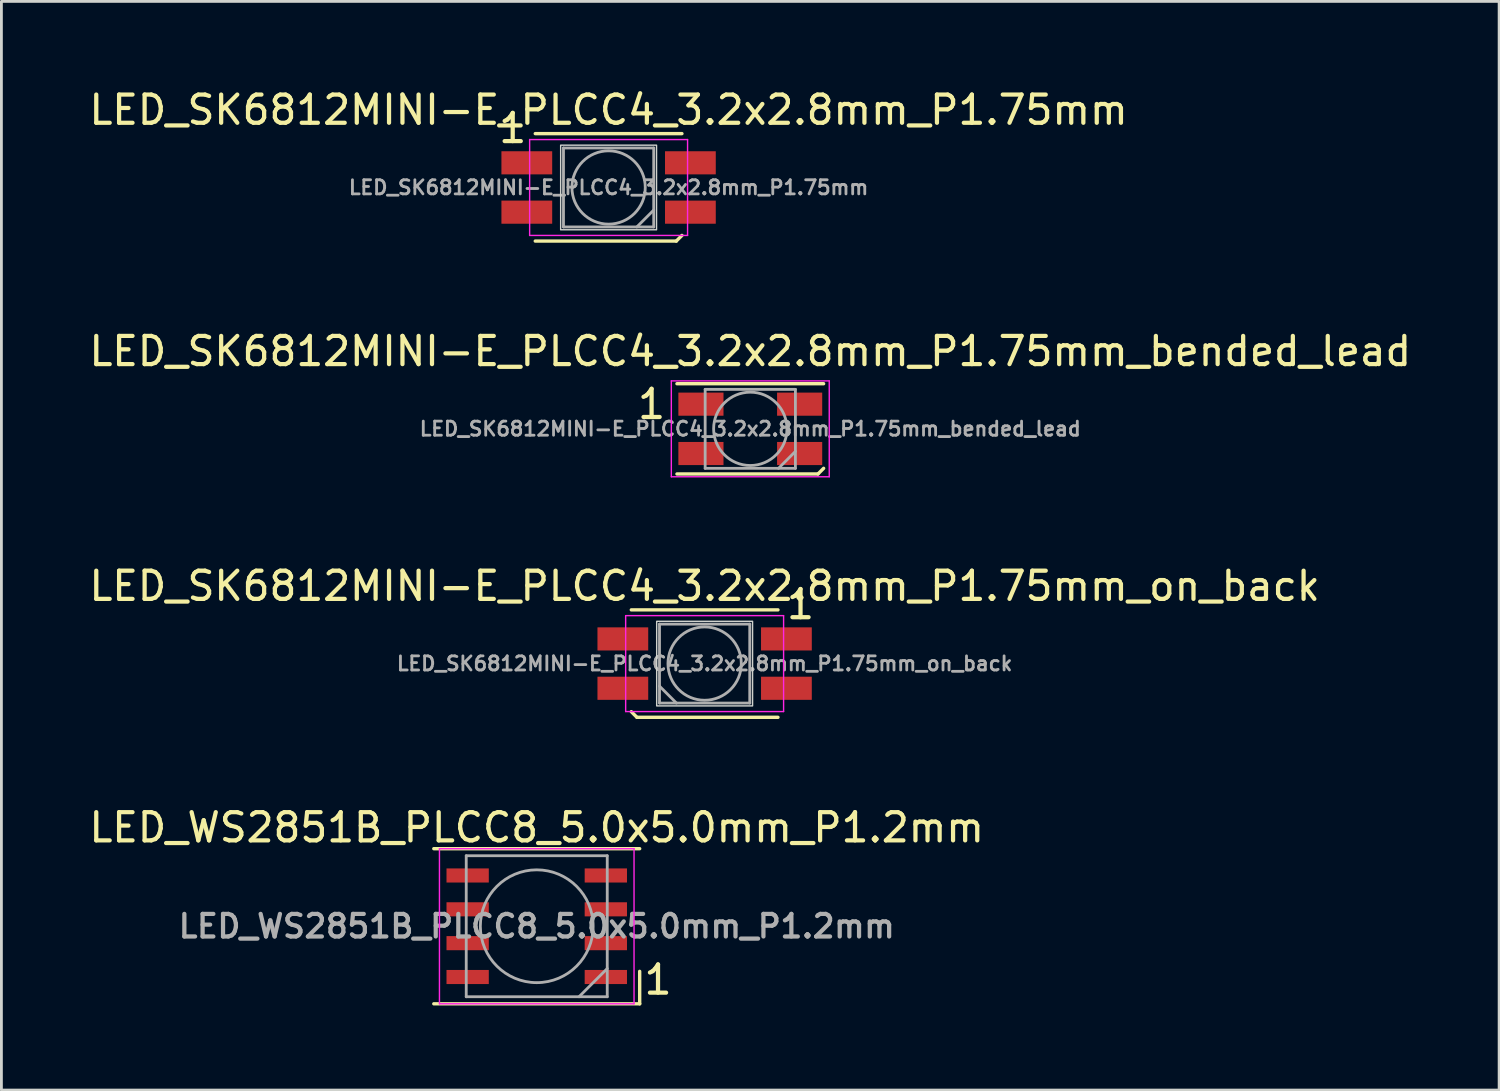
<source format=kicad_pcb>
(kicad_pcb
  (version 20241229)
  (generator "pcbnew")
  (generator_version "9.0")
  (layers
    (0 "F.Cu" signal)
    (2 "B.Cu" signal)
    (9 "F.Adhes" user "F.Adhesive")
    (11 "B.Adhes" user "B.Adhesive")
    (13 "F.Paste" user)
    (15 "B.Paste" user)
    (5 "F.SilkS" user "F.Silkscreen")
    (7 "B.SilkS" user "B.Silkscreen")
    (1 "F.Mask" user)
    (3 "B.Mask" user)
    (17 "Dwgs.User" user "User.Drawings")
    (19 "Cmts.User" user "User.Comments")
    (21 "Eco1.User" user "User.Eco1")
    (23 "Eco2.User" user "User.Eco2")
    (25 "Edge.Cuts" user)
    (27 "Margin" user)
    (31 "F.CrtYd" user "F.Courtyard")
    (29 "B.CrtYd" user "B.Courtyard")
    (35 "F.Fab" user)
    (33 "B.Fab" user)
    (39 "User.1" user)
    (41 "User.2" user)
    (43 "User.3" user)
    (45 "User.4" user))
  (footprint "LED_SK6812MINI-E_PLCC4_3.2x2.8mm_P1.75mm"
    (layer "F.Cu")
    (at 18.53 3.598)
    (property "Reference" "LED_SK6812MINI-E_PLCC4_3.2x2.8mm_P1.75mm" (at 0 -2.75 0) (layer "F.SilkS") (effects (font (size 1 1) (thickness 0.15))))
    (attr smd)
    (fp_line (start -2.6 1.9) (end 2.4 1.9) (stroke (width 0.12) (type solid)) (layer "F.SilkS"))
    (fp_line (start 2.4 1.9) (end 2.6 1.7) (stroke (width 0.12) (type solid)) (layer "F.SilkS"))
    (fp_line (start 2.6 -1.91) (end -2.6 -1.91) (stroke (width 0.12) (type solid)) (layer "F.SilkS"))
    (fp_rect (start -1.7 -1.5) (end 1.7 1.5) (stroke (width 0.05) (type default)) (fill no) (layer "Edge.Cuts"))
    (fp_line (start -2.8 -1.7) (end -2.8 1.7) (stroke (width 0.05) (type solid)) (layer "F.CrtYd"))
    (fp_line (start -2.8 1.7) (end 2.8 1.7) (stroke (width 0.05) (type solid)) (layer "F.CrtYd"))
    (fp_line (start 2.8 -1.7) (end -2.8 -1.7) (stroke (width 0.05) (type solid)) (layer "F.CrtYd"))
    (fp_line (start 2.8 1.7) (end 2.8 -1.7) (stroke (width 0.05) (type solid)) (layer "F.CrtYd"))
    (fp_line (start -1.6 -1.4) (end -1.6 1.4) (stroke (width 0.1) (type solid)) (layer "F.Fab"))
    (fp_line (start -1.6 1.4) (end 1.6 1.4) (stroke (width 0.1) (type solid)) (layer "F.Fab"))
    (fp_line (start 1.6 -1.4) (end -1.6 -1.4) (stroke (width 0.1) (type solid)) (layer "F.Fab"))
    (fp_line (start 1.6 0.8) (end 1 1.4) (stroke (width 0.1) (type solid)) (layer "F.Fab"))
    (fp_line (start 1.6 1.4) (end 1.6 -1.4) (stroke (width 0.1) (type solid)) (layer "F.Fab"))
    (fp_circle (center 0 0) (end 1.3 0) (stroke (width 0.1) (type solid)) (fill no) (layer "F.Fab"))
    (fp_text user "1" (at -3.4 -2.1 0) (layer "F.SilkS") (effects (font (size 1 1) (thickness 0.15))))
    (fp_text user "${REFERENCE}" (at 0 0 0) (layer "F.Fab") (effects (font (size 0.5 0.5) (thickness 0.1))))
    (pad "1" smd rect (at -2.9 -0.875) (size 1.8 0.82) (layers "F.Cu" "F.Mask" "F.Paste"))
    (pad "2" smd rect (at -2.9 0.875) (size 1.8 0.82) (layers "F.Cu" "F.Mask" "F.Paste"))
    (pad "3" smd rect (at 2.9 0.875) (size 1.8 0.82) (layers "F.Cu" "F.Mask" "F.Paste"))
    (pad "4" smd rect (at 2.9 -0.875) (size 1.8 0.82) (layers "F.Cu" "F.Mask" "F.Paste")))
  (footprint "LED_WS2851B_PLCC8_5.0x5.0mm_P1.2mm"
    (layer "F.Cu")
    (at 15.982 29.793)
    (property "Reference" "LED_WS2851B_PLCC8_5.0x5.0mm_P1.2mm" (at 0 -3.5 0) (layer "F.SilkS") (effects (font (size 1 1) (thickness 0.15))))
    (attr smd)
    (fp_line (start -3.65 -2.75) (end 3.65 -2.75) (stroke (width 0.12) (type solid)) (layer "F.SilkS"))
    (fp_line (start -3.65 2.75) (end 3.65 2.75) (stroke (width 0.12) (type solid)) (layer "F.SilkS"))
    (fp_line (start 3.65 2.75) (end 3.65 1.6) (stroke (width 0.12) (type solid)) (layer "F.SilkS"))
    (fp_line (start -3.45 -2.75) (end -3.45 2.75) (stroke (width 0.05) (type solid)) (layer "F.CrtYd"))
    (fp_line (start -3.45 2.75) (end 3.45 2.75) (stroke (width 0.05) (type solid)) (layer "F.CrtYd"))
    (fp_line (start 3.45 -2.75) (end -3.45 -2.75) (stroke (width 0.05) (type solid)) (layer "F.CrtYd"))
    (fp_line (start 3.45 2.75) (end 3.45 -2.75) (stroke (width 0.05) (type solid)) (layer "F.CrtYd"))
    (fp_line (start -2.5 -2.5) (end -2.5 2.5) (stroke (width 0.1) (type solid)) (layer "F.Fab"))
    (fp_line (start -2.5 2.5) (end 2.5 2.5) (stroke (width 0.1) (type solid)) (layer "F.Fab"))
    (fp_line (start 2.5 -2.5) (end -2.5 -2.5) (stroke (width 0.1) (type solid)) (layer "F.Fab"))
    (fp_line (start 2.5 1.5) (end 1.5 2.5) (stroke (width 0.1) (type solid)) (layer "F.Fab"))
    (fp_line (start 2.5 2.5) (end 2.5 -2.5) (stroke (width 0.1) (type solid)) (layer "F.Fab"))
    (fp_circle (center 0 0) (end 0 -2) (stroke (width 0.1) (type solid)) (fill no) (layer "F.Fab"))
    (fp_text user "1" (at 4.3 1.9 0) (layer "F.SilkS") (effects (font (size 1 1) (thickness 0.15))))
    (fp_text user "${REFERENCE}" (at 0 0 0) (layer "F.Fab") (effects (font (size 0.8 0.8) (thickness 0.15))))
    (pad "1" smd rect (at 2.45 1.8) (size 1.5 0.5) (layers "F.Cu" "F.Mask" "F.Paste"))
    (pad "2" smd rect (at 2.45 0.6) (size 1.5 0.5) (layers "F.Cu" "F.Mask" "F.Paste"))
    (pad "3" smd rect (at 2.45 -0.6) (size 1.5 0.5) (layers "F.Cu" "F.Mask" "F.Paste"))
    (pad "4" smd rect (at 2.45 -1.8) (size 1.5 0.5) (layers "F.Cu" "F.Mask" "F.Paste"))
    (pad "5" smd rect (at -2.45 -1.8) (size 1.5 0.5) (layers "F.Cu" "F.Mask" "F.Paste"))
    (pad "6" smd rect (at -2.45 -0.6) (size 1.5 0.5) (layers "F.Cu" "F.Mask" "F.Paste"))
    (pad "7" smd rect (at -2.45 0.6) (size 1.5 0.5) (layers "F.Cu" "F.Mask" "F.Paste"))
    (pad "8" smd rect (at -2.45 1.8) (size 1.5 0.5) (layers "F.Cu" "F.Mask" "F.Paste")))
  (footprint "LED_SK6812MINI-E_PLCC4_3.2x2.8mm_P1.75mm_on_back"
    (layer "F.Cu")
    (at 21.935 20.48)
    (property "Reference" "LED_SK6812MINI-E_PLCC4_3.2x2.8mm_P1.75mm_on_back" (at 0 -2.75 0) (layer "F.SilkS") (effects (font (size 1 1) (thickness 0.15))))
    (attr smd)
    (fp_line (start -2.4 1.905) (end -2.6 1.705) (stroke (width 0.12) (type solid)) (layer "F.SilkS"))
    (fp_line (start 2.6 -1.905) (end -2.6 -1.905) (stroke (width 0.12) (type solid)) (layer "F.SilkS"))
    (fp_line (start 2.6 1.905) (end -2.4 1.905) (stroke (width 0.12) (type solid)) (layer "F.SilkS"))
    (fp_rect (start 1.7 -1.5) (end -1.7 1.5) (stroke (width 0.05) (type default)) (fill no) (layer "Edge.Cuts"))
    (fp_line (start -2.8 -1.7) (end 2.8 -1.7) (stroke (width 0.05) (type solid)) (layer "F.CrtYd"))
    (fp_line (start -2.8 1.7) (end -2.8 -1.7) (stroke (width 0.05) (type solid)) (layer "F.CrtYd"))
    (fp_line (start 2.8 -1.7) (end 2.8 1.7) (stroke (width 0.05) (type solid)) (layer "F.CrtYd"))
    (fp_line (start 2.8 1.7) (end -2.8 1.7) (stroke (width 0.05) (type solid)) (layer "F.CrtYd"))
    (fp_line (start -1.6 -1.4) (end 1.6 -1.4) (stroke (width 0.1) (type solid)) (layer "F.Fab"))
    (fp_line (start -1.6 0.8) (end -1 1.4) (stroke (width 0.1) (type solid)) (layer "F.Fab"))
    (fp_line (start -1.6 1.4) (end -1.6 -1.4) (stroke (width 0.1) (type solid)) (layer "F.Fab"))
    (fp_line (start 1.6 -1.4) (end 1.6 1.4) (stroke (width 0.1) (type solid)) (layer "F.Fab"))
    (fp_line (start 1.6 1.4) (end -1.6 1.4) (stroke (width 0.1) (type solid)) (layer "F.Fab"))
    (fp_circle (center 0 0) (end -1.3 0) (stroke (width 0.1) (type solid)) (fill no) (layer "F.Fab"))
    (fp_text user "1" (at 3.4 -2.1 0) (layer "F.SilkS") (effects (font (size 1 1) (thickness 0.15))))
    (fp_text user "${REFERENCE}" (at 0 0 0) (layer "F.Fab") (effects (font (size 0.5 0.5) (thickness 0.1))))
    (pad "1" smd rect (at 2.9 -0.875) (size 1.8 0.82) (layers "F.Cu" "F.Mask" "F.Paste"))
    (pad "2" smd rect (at 2.9 0.875) (size 1.8 0.82) (layers "F.Cu" "F.Mask" "F.Paste"))
    (pad "3" smd rect (at -2.9 0.875) (size 1.8 0.82) (layers "F.Cu" "F.Mask" "F.Paste"))
    (pad "4" smd rect (at -2.9 -0.875) (size 1.8 0.82) (layers "F.Cu" "F.Mask" "F.Paste")))
  (footprint "LED_SK6812MINI-E_PLCC4_3.2x2.8mm_P1.75mm_bended_lead"
    (layer "F.Cu")
    (at 23.554 12.156)
    (property "Reference" "LED_SK6812MINI-E_PLCC4_3.2x2.8mm_P1.75mm_bended_lead" (at 0 -2.75 0) (layer "F.SilkS") (effects (font (size 1 1) (thickness 0.15))))
    (attr smd)
    (fp_line (start -2.6 -1.6) (end 2.6 -1.6) (stroke (width 0.12) (type solid)) (layer "F.SilkS"))
    (fp_line (start -2.6 1.6) (end 2.4 1.6) (stroke (width 0.12) (type solid)) (layer "F.SilkS"))
    (fp_line (start 2.4 1.6) (end 2.6 1.4) (stroke (width 0.12) (type solid)) (layer "F.SilkS"))
    (fp_line (start -2.8 -1.7) (end -2.8 1.7) (stroke (width 0.05) (type solid)) (layer "F.CrtYd"))
    (fp_line (start -2.8 1.7) (end 2.8 1.7) (stroke (width 0.05) (type solid)) (layer "F.CrtYd"))
    (fp_line (start 2.8 -1.7) (end -2.8 -1.7) (stroke (width 0.05) (type solid)) (layer "F.CrtYd"))
    (fp_line (start 2.8 1.7) (end 2.8 -1.7) (stroke (width 0.05) (type solid)) (layer "F.CrtYd"))
    (fp_line (start -1.6 -1.4) (end -1.6 1.4) (stroke (width 0.1) (type solid)) (layer "F.Fab"))
    (fp_line (start -1.6 1.4) (end 1.6 1.4) (stroke (width 0.1) (type solid)) (layer "F.Fab"))
    (fp_line (start 1.6 -1.4) (end -1.6 -1.4) (stroke (width 0.1) (type solid)) (layer "F.Fab"))
    (fp_line (start 1.6 0.8) (end 1 1.4) (stroke (width 0.1) (type solid)) (layer "F.Fab"))
    (fp_line (start 1.6 1.4) (end 1.6 -1.4) (stroke (width 0.1) (type solid)) (layer "F.Fab"))
    (fp_circle (center 0 0) (end 1.3 0) (stroke (width 0.1) (type solid)) (fill no) (layer "F.Fab"))
    (fp_text user "1" (at -3.5 -0.875 0) (layer "F.SilkS") (effects (font (size 1 1) (thickness 0.15))))
    (fp_text user "${REFERENCE}" (at 0 0 0) (layer "F.Fab") (effects (font (size 0.5 0.5) (thickness 0.1))))
    (pad "1" smd rect (at -1.75 -0.875) (size 1.6 0.82) (layers "F.Cu" "F.Mask" "F.Paste"))
    (pad "2" smd rect (at -1.75 0.875) (size 1.6 0.82) (layers "F.Cu" "F.Mask" "F.Paste"))
    (pad "3" smd rect (at 1.75 0.875) (size 1.6 0.82) (layers "F.Cu" "F.Mask" "F.Paste"))
    (pad "4" smd rect (at 1.75 -0.875) (size 1.6 0.82) (layers "F.Cu" "F.Mask" "F.Paste")))
  (gr_rect
    (start -3 -3)
    (end 50.107 35.603)
    (stroke (width 0.1) (type default))
    (fill no)
    (layer "Edge.Cuts")))
</source>
